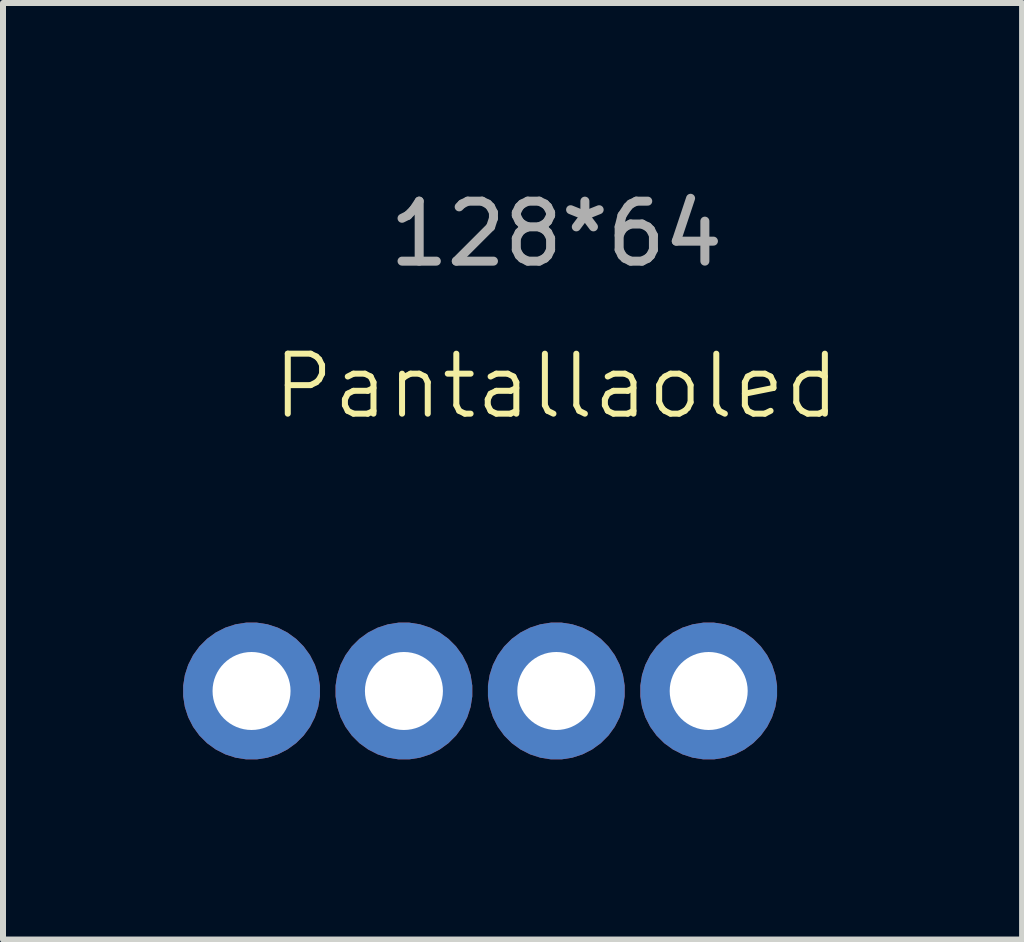
<source format=kicad_pcb>
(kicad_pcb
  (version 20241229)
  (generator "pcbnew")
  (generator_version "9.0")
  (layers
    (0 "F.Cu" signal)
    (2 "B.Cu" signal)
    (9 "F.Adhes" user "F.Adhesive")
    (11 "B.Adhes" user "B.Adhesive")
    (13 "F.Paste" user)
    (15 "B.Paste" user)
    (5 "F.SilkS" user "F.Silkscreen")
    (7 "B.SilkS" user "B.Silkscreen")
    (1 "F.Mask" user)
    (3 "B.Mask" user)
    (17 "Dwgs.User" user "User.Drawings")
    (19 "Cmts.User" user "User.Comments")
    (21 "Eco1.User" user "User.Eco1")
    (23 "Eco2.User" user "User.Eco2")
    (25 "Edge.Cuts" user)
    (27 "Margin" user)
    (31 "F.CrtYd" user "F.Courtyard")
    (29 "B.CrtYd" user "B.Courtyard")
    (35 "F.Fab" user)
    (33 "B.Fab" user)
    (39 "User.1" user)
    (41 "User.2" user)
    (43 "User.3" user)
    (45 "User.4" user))
  (footprint "Pantallaoled"
    (layer "F.Cu")
    (at 6.223 3.388)
    (property "Reference" "Pantallaoled" (at 0 0 0) (unlocked yes) (layer "F.SilkS") (effects (font (size 1 1) (thickness 0.1))))
    (attr smd)
    (fp_text user "128*64" (at 0 -2.54 0) (unlocked yes) (layer "F.Fab") (effects (font (size 1 1) (thickness 0.15))))
    (pad "1" thru_hole custom (at -5.08 5.08) (size 2.286 2.286) (drill 1.3) (layers "*.Cu" "*.Mask") (options (anchor circle)) (primitives))
    (pad "2" thru_hole custom (at -2.54 5.08) (size 2.286 2.286) (drill 1.3) (layers "*.Cu" "*.Mask") (options (anchor circle)) (primitives))
    (pad "3" thru_hole custom (at 0 5.08) (size 2.286 2.286) (drill 1.3) (layers "*.Cu" "*.Mask") (options (anchor circle)) (primitives))
    (pad "4" thru_hole custom (at 2.54 5.08) (size 2.286 2.286) (drill 1.3) (layers "*.Cu" "*.Mask") (options (anchor circle)) (primitives)))
  (gr_rect
    (start -3 -3)
    (end 13.987 12.611)
    (stroke (width 0.1) (type default))
    (fill no)
    (layer "Edge.Cuts")))
</source>
